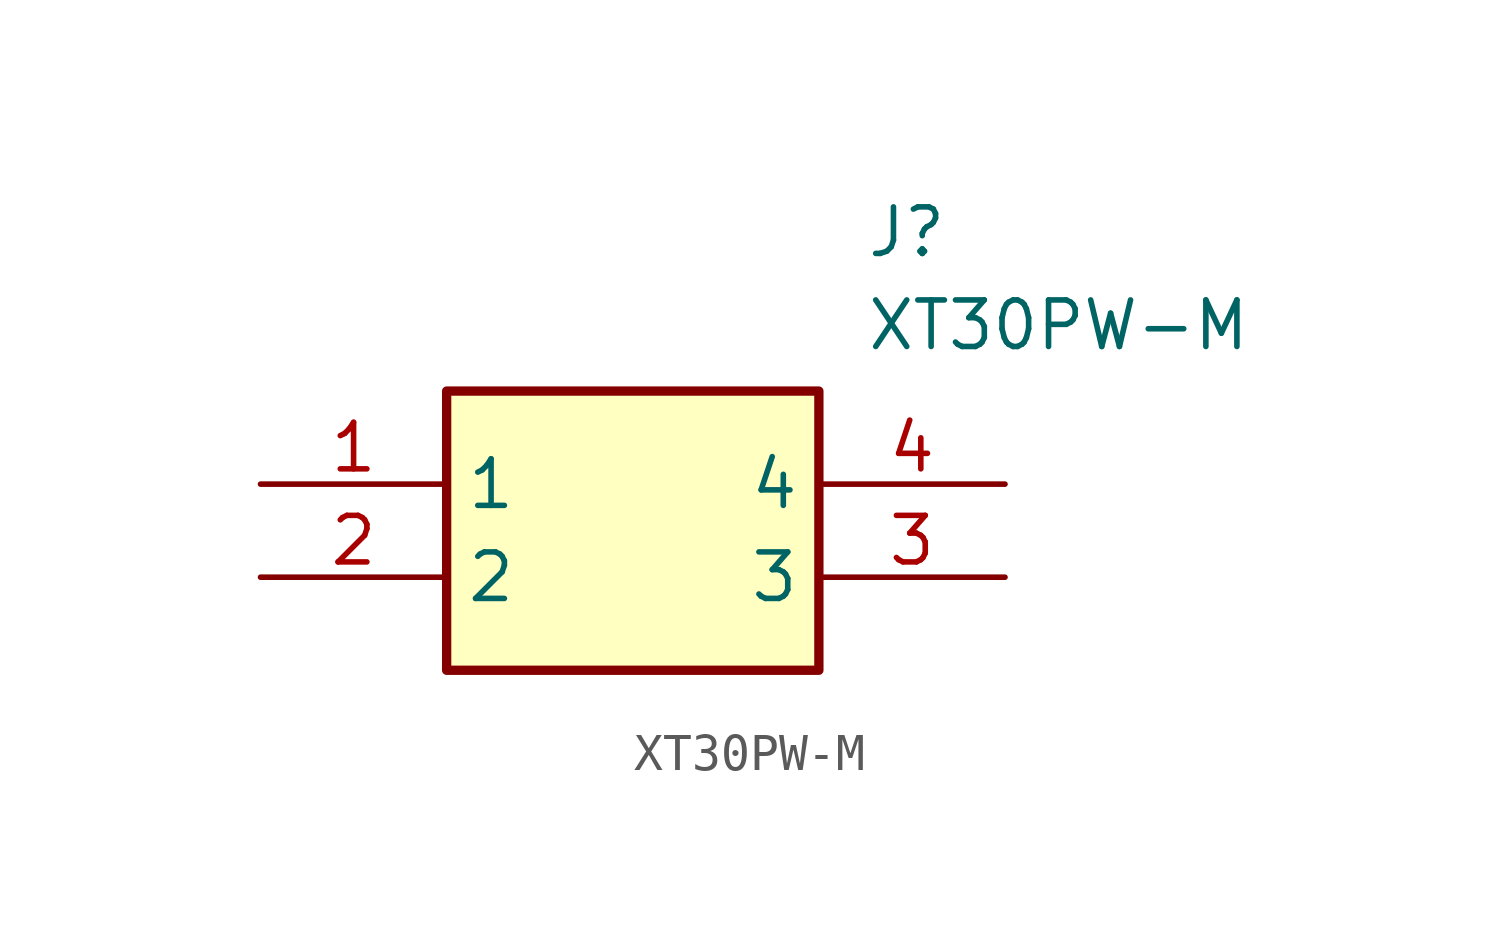
<source format=kicad_sym>
(kicad_symbol_lib
  (version 20211014)
  (generator SamacSys_ECAD_Model)
  (symbol "XT30PW-M"
    (property "Reference" "J"
      (at 16.51 7.62 0)
      (effects (font (size 1.27 1.27)) (justify left top)))
    (property "Value" "XT30PW-M"
      (at 16.51 5.08 0)
      (effects (font (size 1.27 1.27)) (justify left top)))
    (rectangle
      (start 5.08 2.54)
      (end 15.24 -5.08)
      (stroke (width 0.254) (type default))
      (fill (type background)))
    (pin passive line
      (at 0 0 0)
      (length 5.08)
      (name "1" (effects (font (size 1.27 1.27))))
      (number "1" (effects (font (size 1.27 1.27)))))
    (pin passive line
      (at 0 -2.54 0)
      (length 5.08)
      (name "2" (effects (font (size 1.27 1.27))))
      (number "2" (effects (font (size 1.27 1.27)))))
    (pin passive line
      (at 20.32 -2.54 180)
      (length 5.08)
      (name "3" (effects (font (size 1.27 1.27))))
      (number "3" (effects (font (size 1.27 1.27)))))
    (pin passive line
      (at 20.32 0 180)
      (length 5.08)
      (name "4" (effects (font (size 1.27 1.27))))
      (number "4" (effects (font (size 1.27 1.27)))))))
</source>
